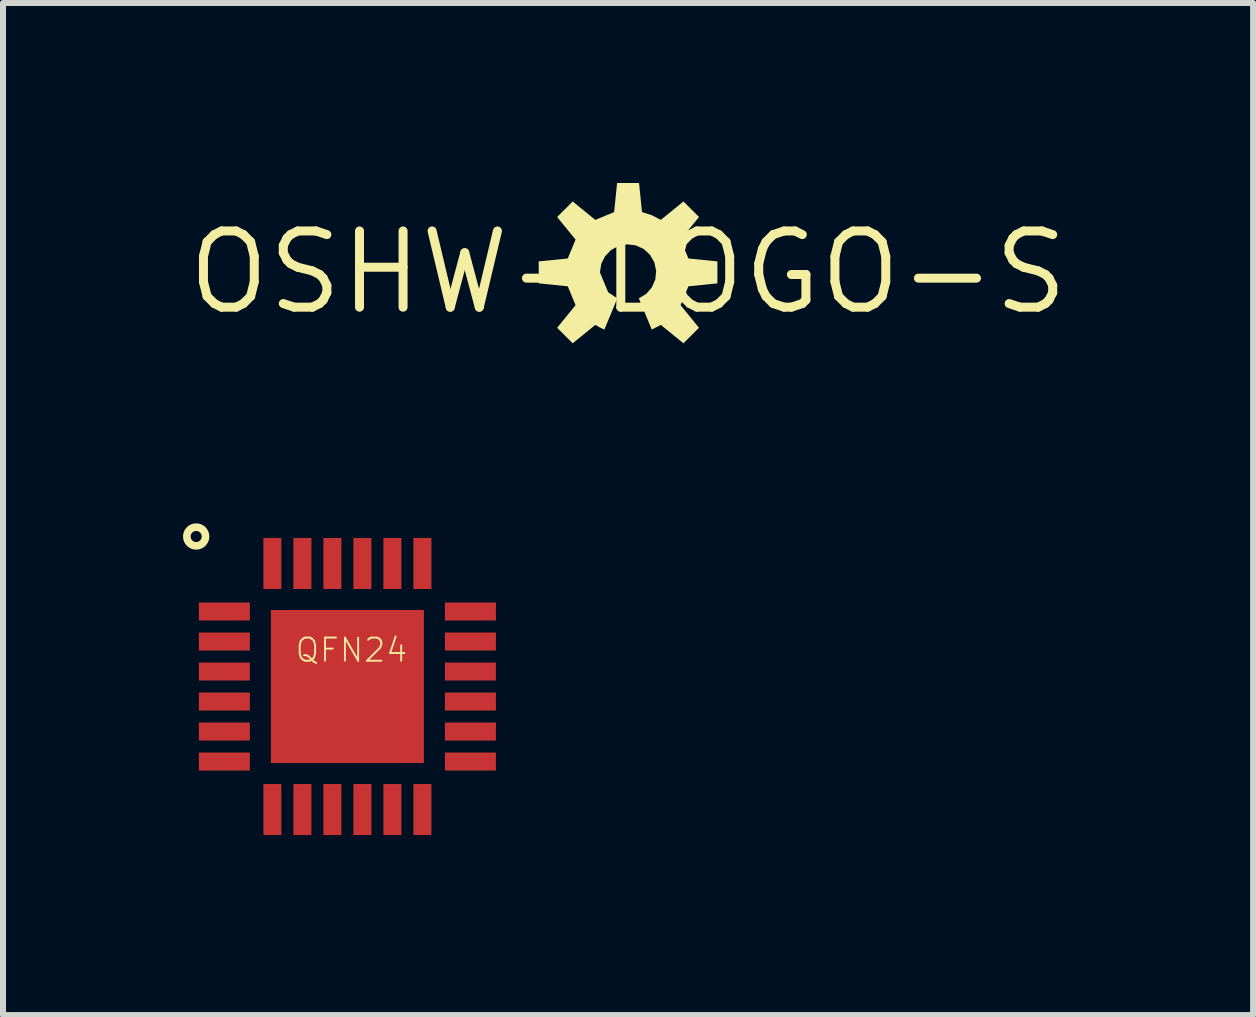
<source format=kicad_pcb>
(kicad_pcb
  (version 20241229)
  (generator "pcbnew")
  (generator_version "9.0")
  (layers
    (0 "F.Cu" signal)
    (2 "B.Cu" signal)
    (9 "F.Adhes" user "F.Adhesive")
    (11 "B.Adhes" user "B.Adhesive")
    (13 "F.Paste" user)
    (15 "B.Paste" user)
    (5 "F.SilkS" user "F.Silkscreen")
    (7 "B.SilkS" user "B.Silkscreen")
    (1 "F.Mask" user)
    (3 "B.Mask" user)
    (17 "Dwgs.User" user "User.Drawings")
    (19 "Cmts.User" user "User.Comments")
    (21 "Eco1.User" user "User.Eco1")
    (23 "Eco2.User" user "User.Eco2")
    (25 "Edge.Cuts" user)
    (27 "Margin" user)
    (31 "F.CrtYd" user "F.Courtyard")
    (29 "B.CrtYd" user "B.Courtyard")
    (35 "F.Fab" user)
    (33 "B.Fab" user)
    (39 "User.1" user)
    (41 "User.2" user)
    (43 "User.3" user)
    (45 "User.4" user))
  (footprint "OSHW-LOGO-S"
    (layer "F.Cu")
    (at 7.416 1.489)
    (property "Reference" "OSHW-LOGO-S" (at 0 0 0) (layer "F.SilkS") (effects (font (size 1.27 1.27) (thickness 0.15))))
    (attr through_hole)
    (fp_poly (pts (xy 0.395 0.953) (xy 0.546 0.875) (xy 0.923 1.182) (xy 1.182 0.923) (xy 0.875 0.546) (xy 1.005 0.232) (xy 1.489 0.183) (xy 1.489 -0.183) (xy 1.005 -0.232) (xy 0.875 -0.546) (xy 1.182 -0.923) (xy 0.923 -1.182) (xy 0.546 -0.875) (xy 0.395 -0.953) (xy 0.232 -1.005) (xy 0.183 -1.489) (xy -0.183 -1.489) (xy -0.232 -1.005) (xy -0.546 -0.875) (xy -0.923 -1.182) (xy -1.182 -0.923) (xy -0.875 -0.546) (xy -1.005 -0.232) (xy -1.489 -0.183) (xy -1.489 0.183) (xy -1.005 0.232) (xy -0.875 0.546) (xy -1.182 0.923) (xy -0.923 1.182) (xy -0.546 0.875) (xy -0.472 0.917) (xy -0.395 0.953) (xy -0.179 0.433) (xy -0.179 0.433) (xy -0.332 0.331) (xy -0.469 0) (xy -0.447 -0.142) (xy -0.382 -0.271) (xy -0.282 -0.374) (xy -0.155 -0.442) (xy -0.013 -0.468) (xy 0.13 -0.45) (xy 0.26 -0.39) (xy 0.366 -0.292) (xy 0.438 -0.167) (xy 0.468 -0.026) (xy 0.454 0.117) (xy 0.397 0.249) (xy 0.302 0.358) (xy 0.179 0.433)) (stroke (width 0) (type solid)) (fill yes) (layer "F.SilkS")))
  (footprint "QFN24"
    (layer "F.Cu")
    (at 2.739 8.39)
    (property "Reference" "QFN24" (at -0.889 -0.381 0) (layer "F.SilkS") (effects (font (size 0.386 0.386) (thickness 0.031)) (justify left bottom)))
    (attr through_hole)
    (fp_circle (center -2.52 -2.5) (end -2.364 -2.5) (stroke (width 0.127) (type solid)) (fill no) (layer "F.SilkS"))
    (fp_poly (pts (xy -2.44 -1.13) (xy -2.44 -1.37) (xy -1.66 -1.37) (xy -1.66 -1.13)) (stroke (width 0) (type solid)) (fill yes) (layer "F.Paste"))
    (fp_poly (pts (xy -2.44 -0.63) (xy -2.44 -0.87) (xy -1.66 -0.87) (xy -1.66 -0.63)) (stroke (width 0) (type solid)) (fill yes) (layer "F.Paste"))
    (fp_poly (pts (xy -2.44 -0.13) (xy -2.44 -0.37) (xy -1.66 -0.37) (xy -1.66 -0.13)) (stroke (width 0) (type solid)) (fill yes) (layer "F.Paste"))
    (fp_poly (pts (xy -2.44 0.37) (xy -2.44 0.13) (xy -1.66 0.13) (xy -1.66 0.37)) (stroke (width 0) (type solid)) (fill yes) (layer "F.Paste"))
    (fp_poly (pts (xy -2.44 0.87) (xy -2.44 0.63) (xy -1.66 0.63) (xy -1.66 0.87)) (stroke (width 0) (type solid)) (fill yes) (layer "F.Paste"))
    (fp_poly (pts (xy -2.44 1.37) (xy -2.44 1.13) (xy -1.66 1.13) (xy -1.66 1.37)) (stroke (width 0) (type solid)) (fill yes) (layer "F.Paste"))
    (fp_poly (pts (xy -1.37 -2.44) (xy -1.13 -2.44) (xy -1.13 -1.66) (xy -1.37 -1.66)) (stroke (width 0) (type solid)) (fill yes) (layer "F.Paste"))
    (fp_poly (pts (xy -1.13 2.44) (xy -1.37 2.44) (xy -1.37 1.66) (xy -1.13 1.66)) (stroke (width 0) (type solid)) (fill yes) (layer "F.Paste"))
    (fp_poly (pts (xy -1 -1) (xy -0.25 -1) (xy -0.25 -0.25) (xy -1 -0.25)) (stroke (width 0) (type solid)) (fill yes) (layer "F.Paste"))
    (fp_poly (pts (xy -1 1) (xy -1 0.25) (xy -0.25 0.25) (xy -0.25 1)) (stroke (width 0) (type solid)) (fill yes) (layer "F.Paste"))
    (fp_poly (pts (xy -0.87 -2.44) (xy -0.63 -2.44) (xy -0.63 -1.66) (xy -0.87 -1.66)) (stroke (width 0) (type solid)) (fill yes) (layer "F.Paste"))
    (fp_poly (pts (xy -0.63 2.44) (xy -0.87 2.44) (xy -0.87 1.66) (xy -0.63 1.66)) (stroke (width 0) (type solid)) (fill yes) (layer "F.Paste"))
    (fp_poly (pts (xy -0.37 -2.44) (xy -0.13 -2.44) (xy -0.13 -1.66) (xy -0.37 -1.66)) (stroke (width 0) (type solid)) (fill yes) (layer "F.Paste"))
    (fp_poly (pts (xy -0.13 2.44) (xy -0.37 2.44) (xy -0.37 1.66) (xy -0.13 1.66)) (stroke (width 0) (type solid)) (fill yes) (layer "F.Paste"))
    (fp_poly (pts (xy 0.13 -2.44) (xy 0.37 -2.44) (xy 0.37 -1.66) (xy 0.13 -1.66)) (stroke (width 0) (type solid)) (fill yes) (layer "F.Paste"))
    (fp_poly (pts (xy 0.37 2.44) (xy 0.13 2.44) (xy 0.13 1.66) (xy 0.37 1.66)) (stroke (width 0) (type solid)) (fill yes) (layer "F.Paste"))
    (fp_poly (pts (xy 0.63 -2.44) (xy 0.87 -2.44) (xy 0.87 -1.66) (xy 0.63 -1.66)) (stroke (width 0) (type solid)) (fill yes) (layer "F.Paste"))
    (fp_poly (pts (xy 0.87 2.44) (xy 0.63 2.44) (xy 0.63 1.66) (xy 0.87 1.66)) (stroke (width 0) (type solid)) (fill yes) (layer "F.Paste"))
    (fp_poly (pts (xy 1 -1) (xy 0.25 -1) (xy 0.25 -0.25) (xy 1 -0.25)) (stroke (width 0) (type solid)) (fill yes) (layer "F.Paste"))
    (fp_poly (pts (xy 1 1) (xy 1 0.25) (xy 0.25 0.25) (xy 0.25 1)) (stroke (width 0) (type solid)) (fill yes) (layer "F.Paste"))
    (fp_poly (pts (xy 1.13 -2.44) (xy 1.37 -2.44) (xy 1.37 -1.66) (xy 1.13 -1.66)) (stroke (width 0) (type solid)) (fill yes) (layer "F.Paste"))
    (fp_poly (pts (xy 1.37 2.44) (xy 1.13 2.44) (xy 1.13 1.66) (xy 1.37 1.66)) (stroke (width 0) (type solid)) (fill yes) (layer "F.Paste"))
    (fp_poly (pts (xy 2.44 -1.37) (xy 2.44 -1.13) (xy 1.66 -1.13) (xy 1.66 -1.37)) (stroke (width 0) (type solid)) (fill yes) (layer "F.Paste"))
    (fp_poly (pts (xy 2.44 -0.87) (xy 2.44 -0.63) (xy 1.66 -0.63) (xy 1.66 -0.87)) (stroke (width 0) (type solid)) (fill yes) (layer "F.Paste"))
    (fp_poly (pts (xy 2.44 -0.37) (xy 2.44 -0.13) (xy 1.66 -0.13) (xy 1.66 -0.37)) (stroke (width 0) (type solid)) (fill yes) (layer "F.Paste"))
    (fp_poly (pts (xy 2.44 0.13) (xy 2.44 0.37) (xy 1.66 0.37) (xy 1.66 0.13)) (stroke (width 0) (type solid)) (fill yes) (layer "F.Paste"))
    (fp_poly (pts (xy 2.44 0.63) (xy 2.44 0.87) (xy 1.66 0.87) (xy 1.66 0.63)) (stroke (width 0) (type solid)) (fill yes) (layer "F.Paste"))
    (fp_poly (pts (xy 2.44 1.13) (xy 2.44 1.37) (xy 1.66 1.37) (xy 1.66 1.13)) (stroke (width 0) (type solid)) (fill yes) (layer "F.Paste"))
    (pad "1" smd rect (at -2.05 -1.25 270) (size 0.3 0.85) (layers "F.Cu" "F.Mask"))
    (pad "2" smd rect (at -2.05 -0.75 270) (size 0.3 0.85) (layers "F.Cu" "F.Mask"))
    (pad "3" smd rect (at -2.05 -0.25 270) (size 0.3 0.85) (layers "F.Cu" "F.Mask"))
    (pad "4" smd rect (at -2.05 0.25 270) (size 0.3 0.85) (layers "F.Cu" "F.Mask"))
    (pad "5" smd rect (at -2.05 0.75 270) (size 0.3 0.85) (layers "F.Cu" "F.Mask"))
    (pad "6" smd rect (at -2.05 1.25 270) (size 0.3 0.85) (layers "F.Cu" "F.Mask"))
    (pad "7" smd rect (at -1.25 2.05) (size 0.3 0.85) (layers "F.Cu" "F.Mask"))
    (pad "8" smd rect (at -0.75 2.05) (size 0.3 0.85) (layers "F.Cu" "F.Mask"))
    (pad "9" smd rect (at -0.25 2.05) (size 0.3 0.85) (layers "F.Cu" "F.Mask"))
    (pad "10" smd rect (at 0.25 2.05) (size 0.3 0.85) (layers "F.Cu" "F.Mask"))
    (pad "11" smd rect (at 0.75 2.05) (size 0.3 0.85) (layers "F.Cu" "F.Mask"))
    (pad "12" smd rect (at 1.25 2.05) (size 0.3 0.85) (layers "F.Cu" "F.Mask"))
    (pad "13" smd rect (at 2.05 1.25 90) (size 0.3 0.85) (layers "F.Cu" "F.Mask"))
    (pad "14" smd rect (at 2.05 0.75 90) (size 0.3 0.85) (layers "F.Cu" "F.Mask"))
    (pad "15" smd rect (at 2.05 0.25 90) (size 0.3 0.85) (layers "F.Cu" "F.Mask"))
    (pad "16" smd rect (at 2.05 -0.25 90) (size 0.3 0.85) (layers "F.Cu" "F.Mask"))
    (pad "17" smd rect (at 2.05 -0.75 90) (size 0.3 0.85) (layers "F.Cu" "F.Mask"))
    (pad "18" smd rect (at 2.05 -1.25 90) (size 0.3 0.85) (layers "F.Cu" "F.Mask"))
    (pad "19" smd rect (at 1.25 -2.05 180) (size 0.3 0.85) (layers "F.Cu" "F.Mask"))
    (pad "20" smd rect (at 0.75 -2.05 180) (size 0.3 0.85) (layers "F.Cu" "F.Mask"))
    (pad "21" smd rect (at 0.25 -2.05 180) (size 0.3 0.85) (layers "F.Cu" "F.Mask"))
    (pad "22" smd rect (at -0.25 -2.05 180) (size 0.3 0.85) (layers "F.Cu" "F.Mask"))
    (pad "23" smd rect (at -0.75 -2.05 180) (size 0.3 0.85) (layers "F.Cu" "F.Mask"))
    (pad "24" smd rect (at -1.25 -2.05 180) (size 0.3 0.85) (layers "F.Cu" "F.Mask"))
    (pad "PAD" smd rect (at 0 0) (size 2.55 2.55) (layers "F.Cu" "F.Mask")))
  (gr_rect
    (start -3 -3)
    (end 17.831 13.865)
    (stroke (width 0.1) (type default))
    (fill no)
    (layer "Edge.Cuts")))
</source>
